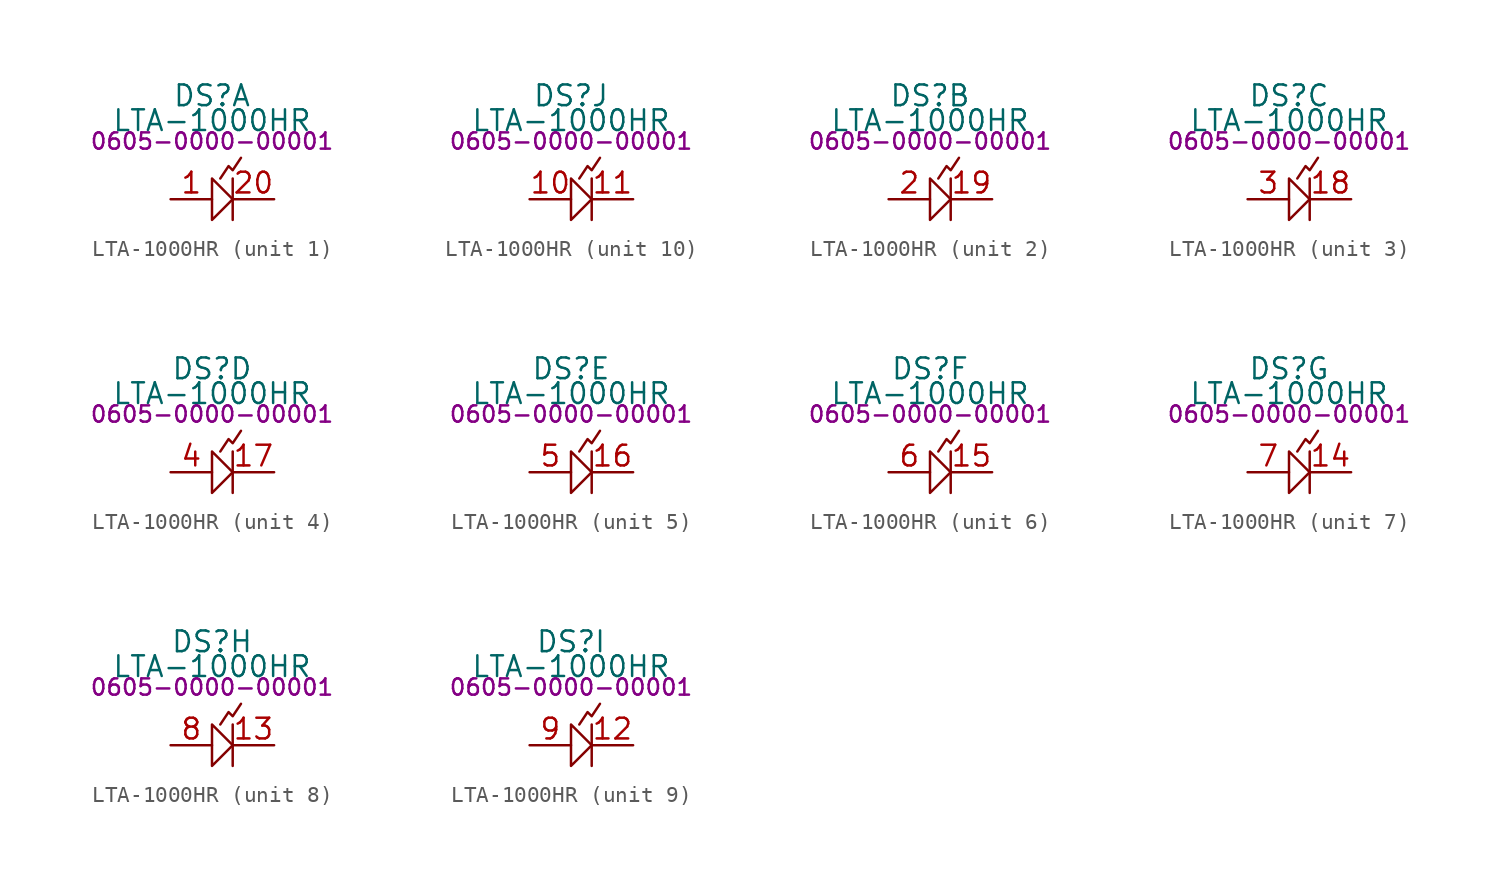
<source format=kicad_sym>
(kicad_symbol_lib
  (version 20231120)
  (generator "kicad_symbol_editor")
  (generator_version "8.0")
  (symbol "LTA-1000HR"
    (property "Reference" "DS"
      (at 0 6.35 0)
      (effects (font (size 1.27 1.27))))
    (property "Value" "LTA-1000HR"
      (at 0 4.826 0)
      (effects (font (size 1.27 1.27))))
    (property "PartNumber" "0605-0000-00001"
      (at 0 3.556 0)
      (effects (font (size 1 1))))
    (symbol "LTA-1000HR_1_0"
      (pin passive line (at -2.54 0 0) (length 2.54) (name "~" (effects (font (size 1.27 1.27)))) (number "1" (effects (font (size 1.27 1.27)))))
      (pin passive line (at 3.81 0 180) (length 2.54) (name "~" (effects (font (size 1.27 1.27)))) (number "20" (effects (font (size 1.27 1.27))))))
    (symbol "LTA-1000HR_1_1"
      (polyline (pts (xy 1.27 1.27) (xy 1.27 -1.27)) (stroke (width 0) (type default)) (fill (type none)))
      (polyline (pts (xy 0 1.27) (xy 0 -1.27) (xy 1.27 0) (xy 0 1.27)) (stroke (width 0) (type default)) (fill (type none)))
      (polyline (pts (xy 0.508 1.27) (xy 1.016 2.032) (xy 1.27 1.778) (xy 1.778 2.54)) (stroke (width 0) (type default)) (fill (type none))))
    (symbol "LTA-1000HR_2_0"
      (pin passive line (at 3.81 0 180) (length 2.54) (name "~" (effects (font (size 1.27 1.27)))) (number "19" (effects (font (size 1.27 1.27)))))
      (pin passive line (at -2.54 0 0) (length 2.54) (name "~" (effects (font (size 1.27 1.27)))) (number "2" (effects (font (size 1.27 1.27))))))
    (symbol "LTA-1000HR_2_1"
      (polyline (pts (xy 1.27 1.27) (xy 1.27 -1.27)) (stroke (width 0) (type default)) (fill (type none)))
      (polyline (pts (xy 0 1.27) (xy 0 -1.27) (xy 1.27 0) (xy 0 1.27)) (stroke (width 0) (type default)) (fill (type none)))
      (polyline (pts (xy 0.508 1.27) (xy 1.016 2.032) (xy 1.27 1.778) (xy 1.778 2.54)) (stroke (width 0) (type default)) (fill (type none))))
    (symbol "LTA-1000HR_3_0"
      (pin passive line (at 3.81 0 180) (length 2.54) (name "~" (effects (font (size 1.27 1.27)))) (number "18" (effects (font (size 1.27 1.27)))))
      (pin passive line (at -2.54 0 0) (length 2.54) (name "~" (effects (font (size 1.27 1.27)))) (number "3" (effects (font (size 1.27 1.27))))))
    (symbol "LTA-1000HR_3_1"
      (polyline (pts (xy 1.27 1.27) (xy 1.27 -1.27)) (stroke (width 0) (type default)) (fill (type none)))
      (polyline (pts (xy 0 1.27) (xy 0 -1.27) (xy 1.27 0) (xy 0 1.27)) (stroke (width 0) (type default)) (fill (type none)))
      (polyline (pts (xy 0.508 1.27) (xy 1.016 2.032) (xy 1.27 1.778) (xy 1.778 2.54)) (stroke (width 0) (type default)) (fill (type none))))
    (symbol "LTA-1000HR_4_0"
      (pin passive line (at 3.81 0 180) (length 2.54) (name "~" (effects (font (size 1.27 1.27)))) (number "17" (effects (font (size 1.27 1.27)))))
      (pin passive line (at -2.54 0 0) (length 2.54) (name "~" (effects (font (size 1.27 1.27)))) (number "4" (effects (font (size 1.27 1.27))))))
    (symbol "LTA-1000HR_4_1"
      (polyline (pts (xy 1.27 1.27) (xy 1.27 -1.27)) (stroke (width 0) (type default)) (fill (type none)))
      (polyline (pts (xy 0 1.27) (xy 0 -1.27) (xy 1.27 0) (xy 0 1.27)) (stroke (width 0) (type default)) (fill (type none)))
      (polyline (pts (xy 0.508 1.27) (xy 1.016 2.032) (xy 1.27 1.778) (xy 1.778 2.54)) (stroke (width 0) (type default)) (fill (type none))))
    (symbol "LTA-1000HR_5_0"
      (pin passive line (at 3.81 0 180) (length 2.54) (name "~" (effects (font (size 1.27 1.27)))) (number "16" (effects (font (size 1.27 1.27)))))
      (pin passive line (at -2.54 0 0) (length 2.54) (name "~" (effects (font (size 1.27 1.27)))) (number "5" (effects (font (size 1.27 1.27))))))
    (symbol "LTA-1000HR_5_1"
      (polyline (pts (xy 1.27 1.27) (xy 1.27 -1.27)) (stroke (width 0) (type default)) (fill (type none)))
      (polyline (pts (xy 0 1.27) (xy 0 -1.27) (xy 1.27 0) (xy 0 1.27)) (stroke (width 0) (type default)) (fill (type none)))
      (polyline (pts (xy 0.508 1.27) (xy 1.016 2.032) (xy 1.27 1.778) (xy 1.778 2.54)) (stroke (width 0) (type default)) (fill (type none))))
    (symbol "LTA-1000HR_6_0"
      (pin passive line (at 3.81 0 180) (length 2.54) (name "~" (effects (font (size 1.27 1.27)))) (number "15" (effects (font (size 1.27 1.27)))))
      (pin passive line (at -2.54 0 0) (length 2.54) (name "~" (effects (font (size 1.27 1.27)))) (number "6" (effects (font (size 1.27 1.27))))))
    (symbol "LTA-1000HR_6_1"
      (polyline (pts (xy 1.27 1.27) (xy 1.27 -1.27)) (stroke (width 0) (type default)) (fill (type none)))
      (polyline (pts (xy 0 1.27) (xy 0 -1.27) (xy 1.27 0) (xy 0 1.27)) (stroke (width 0) (type default)) (fill (type none)))
      (polyline (pts (xy 0.508 1.27) (xy 1.016 2.032) (xy 1.27 1.778) (xy 1.778 2.54)) (stroke (width 0) (type default)) (fill (type none))))
    (symbol "LTA-1000HR_7_0"
      (pin passive line (at 3.81 0 180) (length 2.54) (name "~" (effects (font (size 1.27 1.27)))) (number "14" (effects (font (size 1.27 1.27)))))
      (pin passive line (at -2.54 0 0) (length 2.54) (name "~" (effects (font (size 1.27 1.27)))) (number "7" (effects (font (size 1.27 1.27))))))
    (symbol "LTA-1000HR_7_1"
      (polyline (pts (xy 1.27 1.27) (xy 1.27 -1.27)) (stroke (width 0) (type default)) (fill (type none)))
      (polyline (pts (xy 0 1.27) (xy 0 -1.27) (xy 1.27 0) (xy 0 1.27)) (stroke (width 0) (type default)) (fill (type none)))
      (polyline (pts (xy 0.508 1.27) (xy 1.016 2.032) (xy 1.27 1.778) (xy 1.778 2.54)) (stroke (width 0) (type default)) (fill (type none))))
    (symbol "LTA-1000HR_8_0"
      (pin passive line (at 3.81 0 180) (length 2.54) (name "~" (effects (font (size 1.27 1.27)))) (number "13" (effects (font (size 1.27 1.27)))))
      (pin passive line (at -2.54 0 0) (length 2.54) (name "~" (effects (font (size 1.27 1.27)))) (number "8" (effects (font (size 1.27 1.27))))))
    (symbol "LTA-1000HR_8_1"
      (polyline (pts (xy 1.27 1.27) (xy 1.27 -1.27)) (stroke (width 0) (type default)) (fill (type none)))
      (polyline (pts (xy 0 1.27) (xy 0 -1.27) (xy 1.27 0) (xy 0 1.27)) (stroke (width 0) (type default)) (fill (type none)))
      (polyline (pts (xy 0.508 1.27) (xy 1.016 2.032) (xy 1.27 1.778) (xy 1.778 2.54)) (stroke (width 0) (type default)) (fill (type none))))
    (symbol "LTA-1000HR_9_0"
      (pin passive line (at 3.81 0 180) (length 2.54) (name "~" (effects (font (size 1.27 1.27)))) (number "12" (effects (font (size 1.27 1.27)))))
      (pin passive line (at -2.54 0 0) (length 2.54) (name "~" (effects (font (size 1.27 1.27)))) (number "9" (effects (font (size 1.27 1.27))))))
    (symbol "LTA-1000HR_9_1"
      (polyline (pts (xy 1.27 1.27) (xy 1.27 -1.27)) (stroke (width 0) (type default)) (fill (type none)))
      (polyline (pts (xy 0 1.27) (xy 0 -1.27) (xy 1.27 0) (xy 0 1.27)) (stroke (width 0) (type default)) (fill (type none)))
      (polyline (pts (xy 0.508 1.27) (xy 1.016 2.032) (xy 1.27 1.778) (xy 1.778 2.54)) (stroke (width 0) (type default)) (fill (type none))))
    (symbol "LTA-1000HR_10_0"
      (pin passive line (at -2.54 0 0) (length 2.54) (name "~" (effects (font (size 1.27 1.27)))) (number "10" (effects (font (size 1.27 1.27)))))
      (pin passive line (at 3.81 0 180) (length 2.54) (name "~" (effects (font (size 1.27 1.27)))) (number "11" (effects (font (size 1.27 1.27))))))
    (symbol "LTA-1000HR_10_1"
      (polyline (pts (xy 1.27 1.27) (xy 1.27 -1.27)) (stroke (width 0) (type default)) (fill (type none)))
      (polyline (pts (xy 0 1.27) (xy 0 -1.27) (xy 1.27 0) (xy 0 1.27)) (stroke (width 0) (type default)) (fill (type none)))
      (polyline (pts (xy 0.508 1.27) (xy 1.016 2.032) (xy 1.27 1.778) (xy 1.778 2.54)) (stroke (width 0) (type default)) (fill (type none))))))
</source>
